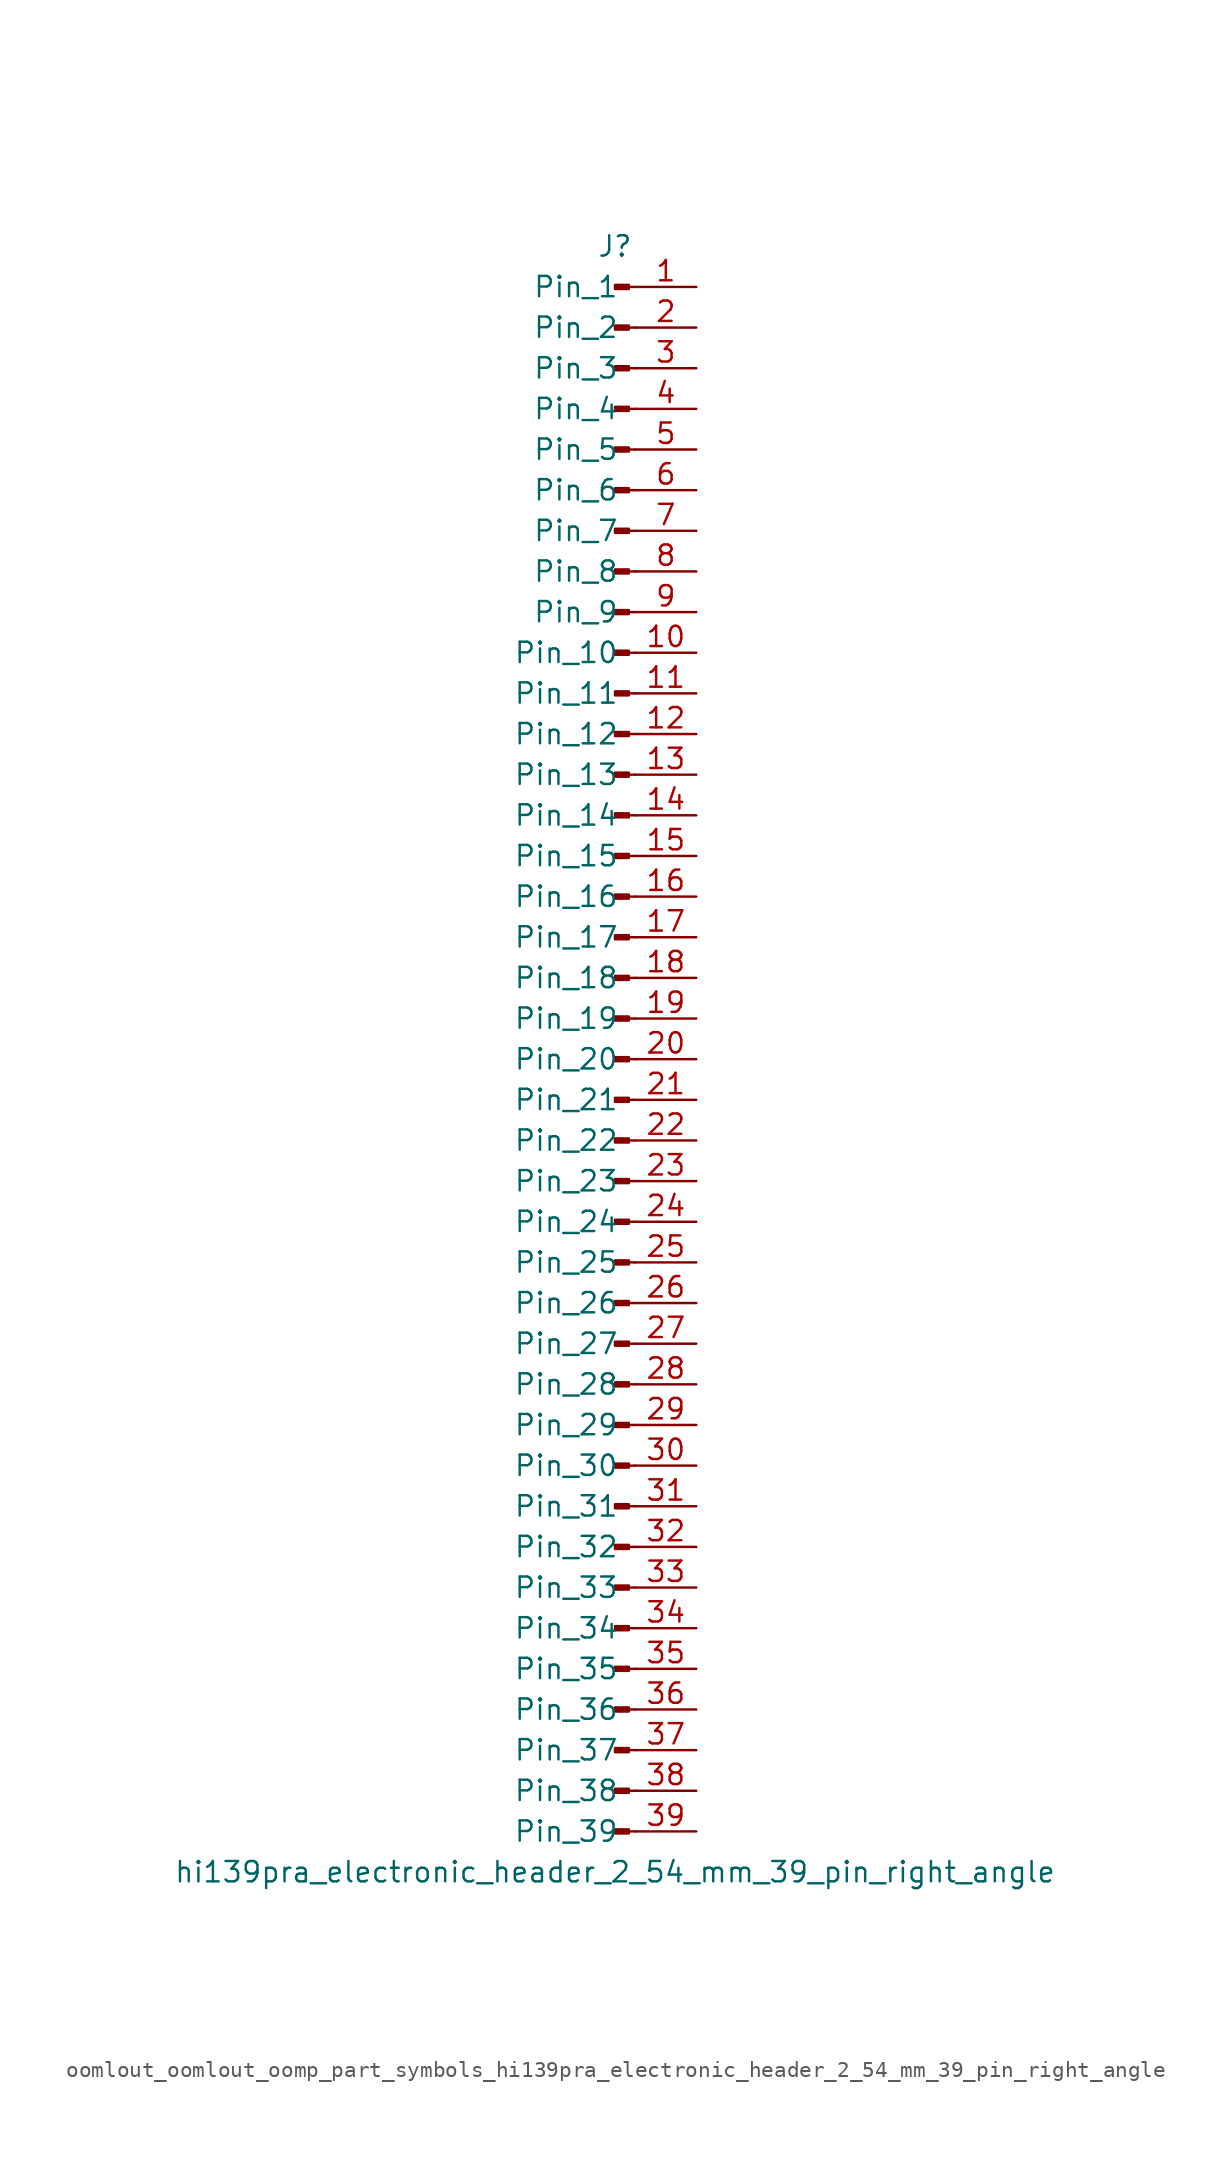
<source format=kicad_sym>
(kicad_symbol_lib
  (version 20220914)
  (generator kicad_symbol_editor)
  (symbol "oomlout_oomlout_oomp_part_symbols_hi139pra_electronic_header_2_54_mm_39_pin_right_angle"
    (pin_names
      (offset 1.016))
    (property "Reference" "J"
      (at 0 50.8 0)
      (effects (font (size 1.27 1.27))))
    (property "Value" "hi139pra_electronic_header_2_54_mm_39_pin_right_angle"
      (at 0 -50.8 0)
      (effects (font (size 1.27 1.27))))
    (property "ki_locked" ""
      (at 0 0 0)
      (effects (font (size 1.27 1.27))))
    (symbol "oomlout_oomlout_oomp_part_symbols_hi139pra_electronic_header_2_54_mm_39_pin_right_angle_1_1"
      (polyline (pts (xy 1.27 -48.26) (xy 0.864 -48.26)) (stroke (width 0.152) (type default)) (fill (type none)))
      (polyline (pts (xy 1.27 -45.72) (xy 0.864 -45.72)) (stroke (width 0.152) (type default)) (fill (type none)))
      (polyline (pts (xy 1.27 -43.18) (xy 0.864 -43.18)) (stroke (width 0.152) (type default)) (fill (type none)))
      (polyline (pts (xy 1.27 -40.64) (xy 0.864 -40.64)) (stroke (width 0.152) (type default)) (fill (type none)))
      (polyline (pts (xy 1.27 -38.1) (xy 0.864 -38.1)) (stroke (width 0.152) (type default)) (fill (type none)))
      (polyline (pts (xy 1.27 -35.56) (xy 0.864 -35.56)) (stroke (width 0.152) (type default)) (fill (type none)))
      (polyline (pts (xy 1.27 -33.02) (xy 0.864 -33.02)) (stroke (width 0.152) (type default)) (fill (type none)))
      (polyline (pts (xy 1.27 -30.48) (xy 0.864 -30.48)) (stroke (width 0.152) (type default)) (fill (type none)))
      (polyline (pts (xy 1.27 -27.94) (xy 0.864 -27.94)) (stroke (width 0.152) (type default)) (fill (type none)))
      (polyline (pts (xy 1.27 -25.4) (xy 0.864 -25.4)) (stroke (width 0.152) (type default)) (fill (type none)))
      (polyline (pts (xy 1.27 -22.86) (xy 0.864 -22.86)) (stroke (width 0.152) (type default)) (fill (type none)))
      (polyline (pts (xy 1.27 -20.32) (xy 0.864 -20.32)) (stroke (width 0.152) (type default)) (fill (type none)))
      (polyline (pts (xy 1.27 -17.78) (xy 0.864 -17.78)) (stroke (width 0.152) (type default)) (fill (type none)))
      (polyline (pts (xy 1.27 -15.24) (xy 0.864 -15.24)) (stroke (width 0.152) (type default)) (fill (type none)))
      (polyline (pts (xy 1.27 -12.7) (xy 0.864 -12.7)) (stroke (width 0.152) (type default)) (fill (type none)))
      (polyline (pts (xy 1.27 -10.16) (xy 0.864 -10.16)) (stroke (width 0.152) (type default)) (fill (type none)))
      (polyline (pts (xy 1.27 -7.62) (xy 0.864 -7.62)) (stroke (width 0.152) (type default)) (fill (type none)))
      (polyline (pts (xy 1.27 -5.08) (xy 0.864 -5.08)) (stroke (width 0.152) (type default)) (fill (type none)))
      (polyline (pts (xy 1.27 -2.54) (xy 0.864 -2.54)) (stroke (width 0.152) (type default)) (fill (type none)))
      (polyline (pts (xy 1.27 0) (xy 0.864 0)) (stroke (width 0.152) (type default)) (fill (type none)))
      (polyline (pts (xy 1.27 2.54) (xy 0.864 2.54)) (stroke (width 0.152) (type default)) (fill (type none)))
      (polyline (pts (xy 1.27 5.08) (xy 0.864 5.08)) (stroke (width 0.152) (type default)) (fill (type none)))
      (polyline (pts (xy 1.27 7.62) (xy 0.864 7.62)) (stroke (width 0.152) (type default)) (fill (type none)))
      (polyline (pts (xy 1.27 10.16) (xy 0.864 10.16)) (stroke (width 0.152) (type default)) (fill (type none)))
      (polyline (pts (xy 1.27 12.7) (xy 0.864 12.7)) (stroke (width 0.152) (type default)) (fill (type none)))
      (polyline (pts (xy 1.27 15.24) (xy 0.864 15.24)) (stroke (width 0.152) (type default)) (fill (type none)))
      (polyline (pts (xy 1.27 17.78) (xy 0.864 17.78)) (stroke (width 0.152) (type default)) (fill (type none)))
      (polyline (pts (xy 1.27 20.32) (xy 0.864 20.32)) (stroke (width 0.152) (type default)) (fill (type none)))
      (polyline (pts (xy 1.27 22.86) (xy 0.864 22.86)) (stroke (width 0.152) (type default)) (fill (type none)))
      (polyline (pts (xy 1.27 25.4) (xy 0.864 25.4)) (stroke (width 0.152) (type default)) (fill (type none)))
      (polyline (pts (xy 1.27 27.94) (xy 0.864 27.94)) (stroke (width 0.152) (type default)) (fill (type none)))
      (polyline (pts (xy 1.27 30.48) (xy 0.864 30.48)) (stroke (width 0.152) (type default)) (fill (type none)))
      (polyline (pts (xy 1.27 33.02) (xy 0.864 33.02)) (stroke (width 0.152) (type default)) (fill (type none)))
      (polyline (pts (xy 1.27 35.56) (xy 0.864 35.56)) (stroke (width 0.152) (type default)) (fill (type none)))
      (polyline (pts (xy 1.27 38.1) (xy 0.864 38.1)) (stroke (width 0.152) (type default)) (fill (type none)))
      (polyline (pts (xy 1.27 40.64) (xy 0.864 40.64)) (stroke (width 0.152) (type default)) (fill (type none)))
      (polyline (pts (xy 1.27 43.18) (xy 0.864 43.18)) (stroke (width 0.152) (type default)) (fill (type none)))
      (polyline (pts (xy 1.27 45.72) (xy 0.864 45.72)) (stroke (width 0.152) (type default)) (fill (type none)))
      (polyline (pts (xy 1.27 48.26) (xy 0.864 48.26)) (stroke (width 0.152) (type default)) (fill (type none)))
      (rectangle (start 0.864 -48.133) (end 0 -48.387) (stroke (width 0.152) (type default)) (fill (type outline)))
      (rectangle (start 0.864 -45.593) (end 0 -45.847) (stroke (width 0.152) (type default)) (fill (type outline)))
      (rectangle (start 0.864 -43.053) (end 0 -43.307) (stroke (width 0.152) (type default)) (fill (type outline)))
      (rectangle (start 0.864 -40.513) (end 0 -40.767) (stroke (width 0.152) (type default)) (fill (type outline)))
      (rectangle (start 0.864 -37.973) (end 0 -38.227) (stroke (width 0.152) (type default)) (fill (type outline)))
      (rectangle (start 0.864 -35.433) (end 0 -35.687) (stroke (width 0.152) (type default)) (fill (type outline)))
      (rectangle (start 0.864 -32.893) (end 0 -33.147) (stroke (width 0.152) (type default)) (fill (type outline)))
      (rectangle (start 0.864 -30.353) (end 0 -30.607) (stroke (width 0.152) (type default)) (fill (type outline)))
      (rectangle (start 0.864 -27.813) (end 0 -28.067) (stroke (width 0.152) (type default)) (fill (type outline)))
      (rectangle (start 0.864 -25.273) (end 0 -25.527) (stroke (width 0.152) (type default)) (fill (type outline)))
      (rectangle (start 0.864 -22.733) (end 0 -22.987) (stroke (width 0.152) (type default)) (fill (type outline)))
      (rectangle (start 0.864 -20.193) (end 0 -20.447) (stroke (width 0.152) (type default)) (fill (type outline)))
      (rectangle (start 0.864 -17.653) (end 0 -17.907) (stroke (width 0.152) (type default)) (fill (type outline)))
      (rectangle (start 0.864 -15.113) (end 0 -15.367) (stroke (width 0.152) (type default)) (fill (type outline)))
      (rectangle (start 0.864 -12.573) (end 0 -12.827) (stroke (width 0.152) (type default)) (fill (type outline)))
      (rectangle (start 0.864 -10.033) (end 0 -10.287) (stroke (width 0.152) (type default)) (fill (type outline)))
      (rectangle (start 0.864 -7.493) (end 0 -7.747) (stroke (width 0.152) (type default)) (fill (type outline)))
      (rectangle (start 0.864 -4.953) (end 0 -5.207) (stroke (width 0.152) (type default)) (fill (type outline)))
      (rectangle (start 0.864 -2.413) (end 0 -2.667) (stroke (width 0.152) (type default)) (fill (type outline)))
      (rectangle (start 0.864 0.127) (end 0 -0.127) (stroke (width 0.152) (type default)) (fill (type outline)))
      (rectangle (start 0.864 2.667) (end 0 2.413) (stroke (width 0.152) (type default)) (fill (type outline)))
      (rectangle (start 0.864 5.207) (end 0 4.953) (stroke (width 0.152) (type default)) (fill (type outline)))
      (rectangle (start 0.864 7.747) (end 0 7.493) (stroke (width 0.152) (type default)) (fill (type outline)))
      (rectangle (start 0.864 10.287) (end 0 10.033) (stroke (width 0.152) (type default)) (fill (type outline)))
      (rectangle (start 0.864 12.827) (end 0 12.573) (stroke (width 0.152) (type default)) (fill (type outline)))
      (rectangle (start 0.864 15.367) (end 0 15.113) (stroke (width 0.152) (type default)) (fill (type outline)))
      (rectangle (start 0.864 17.907) (end 0 17.653) (stroke (width 0.152) (type default)) (fill (type outline)))
      (rectangle (start 0.864 20.447) (end 0 20.193) (stroke (width 0.152) (type default)) (fill (type outline)))
      (rectangle (start 0.864 22.987) (end 0 22.733) (stroke (width 0.152) (type default)) (fill (type outline)))
      (rectangle (start 0.864 25.527) (end 0 25.273) (stroke (width 0.152) (type default)) (fill (type outline)))
      (rectangle (start 0.864 28.067) (end 0 27.813) (stroke (width 0.152) (type default)) (fill (type outline)))
      (rectangle (start 0.864 30.607) (end 0 30.353) (stroke (width 0.152) (type default)) (fill (type outline)))
      (rectangle (start 0.864 33.147) (end 0 32.893) (stroke (width 0.152) (type default)) (fill (type outline)))
      (rectangle (start 0.864 35.687) (end 0 35.433) (stroke (width 0.152) (type default)) (fill (type outline)))
      (rectangle (start 0.864 38.227) (end 0 37.973) (stroke (width 0.152) (type default)) (fill (type outline)))
      (rectangle (start 0.864 40.767) (end 0 40.513) (stroke (width 0.152) (type default)) (fill (type outline)))
      (rectangle (start 0.864 43.307) (end 0 43.053) (stroke (width 0.152) (type default)) (fill (type outline)))
      (rectangle (start 0.864 45.847) (end 0 45.593) (stroke (width 0.152) (type default)) (fill (type outline)))
      (rectangle (start 0.864 48.387) (end 0 48.133) (stroke (width 0.152) (type default)) (fill (type outline)))
      (pin passive line (at 5.08 48.26 180) (length 3.81) (name "Pin_1" (effects (font (size 1.27 1.27)))) (number "1" (effects (font (size 1.27 1.27)))))
      (pin passive line (at 5.08 25.4 180) (length 3.81) (name "Pin_10" (effects (font (size 1.27 1.27)))) (number "10" (effects (font (size 1.27 1.27)))))
      (pin passive line (at 5.08 22.86 180) (length 3.81) (name "Pin_11" (effects (font (size 1.27 1.27)))) (number "11" (effects (font (size 1.27 1.27)))))
      (pin passive line (at 5.08 20.32 180) (length 3.81) (name "Pin_12" (effects (font (size 1.27 1.27)))) (number "12" (effects (font (size 1.27 1.27)))))
      (pin passive line (at 5.08 17.78 180) (length 3.81) (name "Pin_13" (effects (font (size 1.27 1.27)))) (number "13" (effects (font (size 1.27 1.27)))))
      (pin passive line (at 5.08 15.24 180) (length 3.81) (name "Pin_14" (effects (font (size 1.27 1.27)))) (number "14" (effects (font (size 1.27 1.27)))))
      (pin passive line (at 5.08 12.7 180) (length 3.81) (name "Pin_15" (effects (font (size 1.27 1.27)))) (number "15" (effects (font (size 1.27 1.27)))))
      (pin passive line (at 5.08 10.16 180) (length 3.81) (name "Pin_16" (effects (font (size 1.27 1.27)))) (number "16" (effects (font (size 1.27 1.27)))))
      (pin passive line (at 5.08 7.62 180) (length 3.81) (name "Pin_17" (effects (font (size 1.27 1.27)))) (number "17" (effects (font (size 1.27 1.27)))))
      (pin passive line (at 5.08 5.08 180) (length 3.81) (name "Pin_18" (effects (font (size 1.27 1.27)))) (number "18" (effects (font (size 1.27 1.27)))))
      (pin passive line (at 5.08 2.54 180) (length 3.81) (name "Pin_19" (effects (font (size 1.27 1.27)))) (number "19" (effects (font (size 1.27 1.27)))))
      (pin passive line (at 5.08 45.72 180) (length 3.81) (name "Pin_2" (effects (font (size 1.27 1.27)))) (number "2" (effects (font (size 1.27 1.27)))))
      (pin passive line (at 5.08 0 180) (length 3.81) (name "Pin_20" (effects (font (size 1.27 1.27)))) (number "20" (effects (font (size 1.27 1.27)))))
      (pin passive line (at 5.08 -2.54 180) (length 3.81) (name "Pin_21" (effects (font (size 1.27 1.27)))) (number "21" (effects (font (size 1.27 1.27)))))
      (pin passive line (at 5.08 -5.08 180) (length 3.81) (name "Pin_22" (effects (font (size 1.27 1.27)))) (number "22" (effects (font (size 1.27 1.27)))))
      (pin passive line (at 5.08 -7.62 180) (length 3.81) (name "Pin_23" (effects (font (size 1.27 1.27)))) (number "23" (effects (font (size 1.27 1.27)))))
      (pin passive line (at 5.08 -10.16 180) (length 3.81) (name "Pin_24" (effects (font (size 1.27 1.27)))) (number "24" (effects (font (size 1.27 1.27)))))
      (pin passive line (at 5.08 -12.7 180) (length 3.81) (name "Pin_25" (effects (font (size 1.27 1.27)))) (number "25" (effects (font (size 1.27 1.27)))))
      (pin passive line (at 5.08 -15.24 180) (length 3.81) (name "Pin_26" (effects (font (size 1.27 1.27)))) (number "26" (effects (font (size 1.27 1.27)))))
      (pin passive line (at 5.08 -17.78 180) (length 3.81) (name "Pin_27" (effects (font (size 1.27 1.27)))) (number "27" (effects (font (size 1.27 1.27)))))
      (pin passive line (at 5.08 -20.32 180) (length 3.81) (name "Pin_28" (effects (font (size 1.27 1.27)))) (number "28" (effects (font (size 1.27 1.27)))))
      (pin passive line (at 5.08 -22.86 180) (length 3.81) (name "Pin_29" (effects (font (size 1.27 1.27)))) (number "29" (effects (font (size 1.27 1.27)))))
      (pin passive line (at 5.08 43.18 180) (length 3.81) (name "Pin_3" (effects (font (size 1.27 1.27)))) (number "3" (effects (font (size 1.27 1.27)))))
      (pin passive line (at 5.08 -25.4 180) (length 3.81) (name "Pin_30" (effects (font (size 1.27 1.27)))) (number "30" (effects (font (size 1.27 1.27)))))
      (pin passive line (at 5.08 -27.94 180) (length 3.81) (name "Pin_31" (effects (font (size 1.27 1.27)))) (number "31" (effects (font (size 1.27 1.27)))))
      (pin passive line (at 5.08 -30.48 180) (length 3.81) (name "Pin_32" (effects (font (size 1.27 1.27)))) (number "32" (effects (font (size 1.27 1.27)))))
      (pin passive line (at 5.08 -33.02 180) (length 3.81) (name "Pin_33" (effects (font (size 1.27 1.27)))) (number "33" (effects (font (size 1.27 1.27)))))
      (pin passive line (at 5.08 -35.56 180) (length 3.81) (name "Pin_34" (effects (font (size 1.27 1.27)))) (number "34" (effects (font (size 1.27 1.27)))))
      (pin passive line (at 5.08 -38.1 180) (length 3.81) (name "Pin_35" (effects (font (size 1.27 1.27)))) (number "35" (effects (font (size 1.27 1.27)))))
      (pin passive line (at 5.08 -40.64 180) (length 3.81) (name "Pin_36" (effects (font (size 1.27 1.27)))) (number "36" (effects (font (size 1.27 1.27)))))
      (pin passive line (at 5.08 -43.18 180) (length 3.81) (name "Pin_37" (effects (font (size 1.27 1.27)))) (number "37" (effects (font (size 1.27 1.27)))))
      (pin passive line (at 5.08 -45.72 180) (length 3.81) (name "Pin_38" (effects (font (size 1.27 1.27)))) (number "38" (effects (font (size 1.27 1.27)))))
      (pin passive line (at 5.08 -48.26 180) (length 3.81) (name "Pin_39" (effects (font (size 1.27 1.27)))) (number "39" (effects (font (size 1.27 1.27)))))
      (pin passive line (at 5.08 40.64 180) (length 3.81) (name "Pin_4" (effects (font (size 1.27 1.27)))) (number "4" (effects (font (size 1.27 1.27)))))
      (pin passive line (at 5.08 38.1 180) (length 3.81) (name "Pin_5" (effects (font (size 1.27 1.27)))) (number "5" (effects (font (size 1.27 1.27)))))
      (pin passive line (at 5.08 35.56 180) (length 3.81) (name "Pin_6" (effects (font (size 1.27 1.27)))) (number "6" (effects (font (size 1.27 1.27)))))
      (pin passive line (at 5.08 33.02 180) (length 3.81) (name "Pin_7" (effects (font (size 1.27 1.27)))) (number "7" (effects (font (size 1.27 1.27)))))
      (pin passive line (at 5.08 30.48 180) (length 3.81) (name "Pin_8" (effects (font (size 1.27 1.27)))) (number "8" (effects (font (size 1.27 1.27)))))
      (pin passive line (at 5.08 27.94 180) (length 3.81) (name "Pin_9" (effects (font (size 1.27 1.27)))) (number "9" (effects (font (size 1.27 1.27))))))))
</source>
